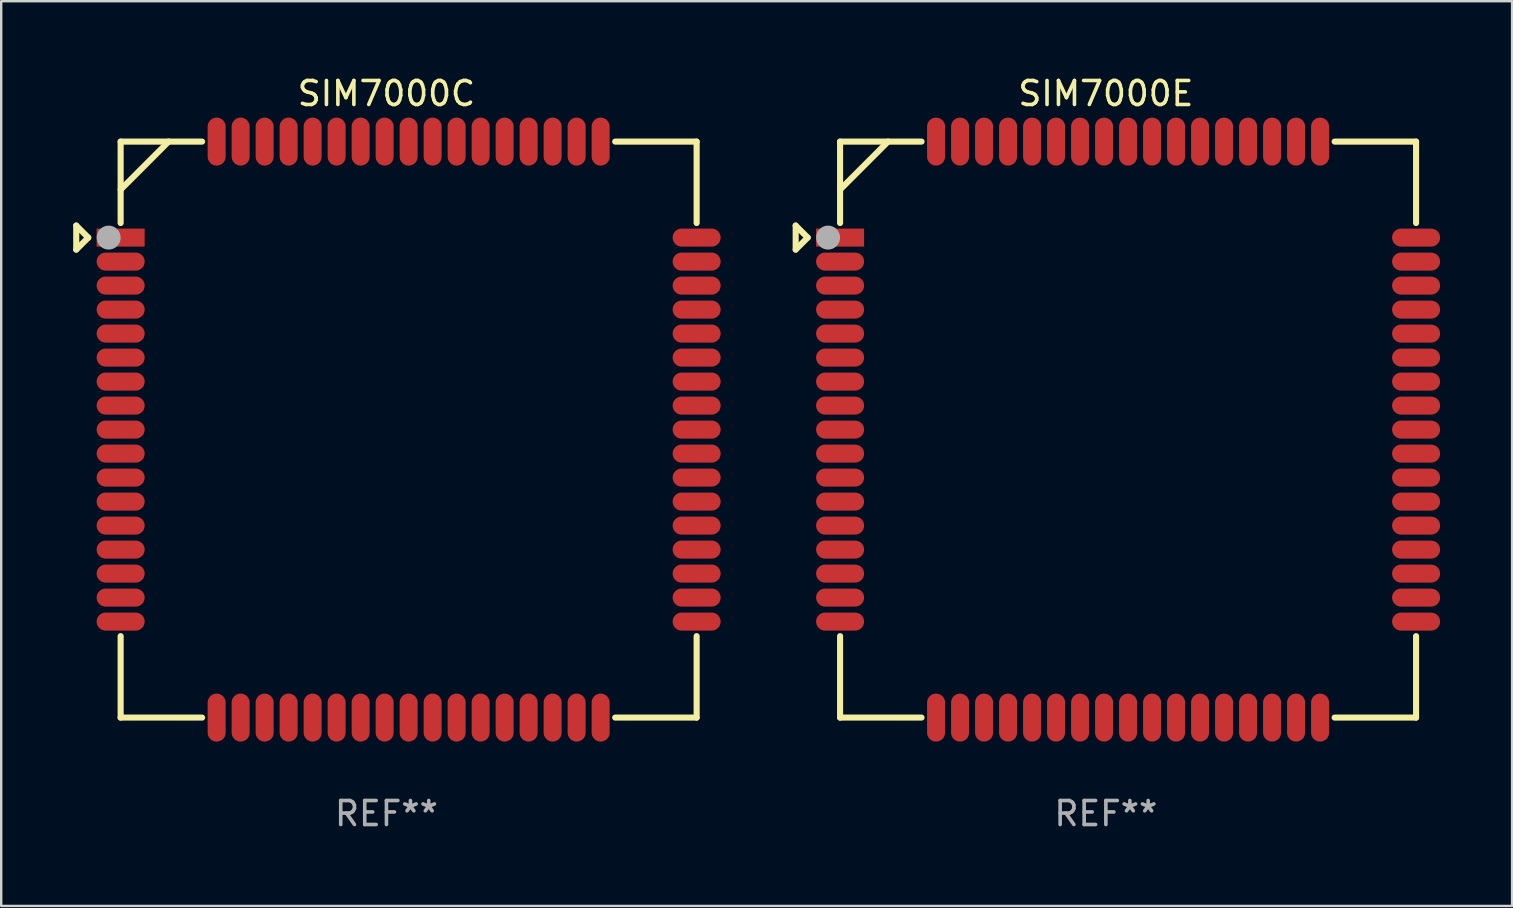
<source format=kicad_pcb>
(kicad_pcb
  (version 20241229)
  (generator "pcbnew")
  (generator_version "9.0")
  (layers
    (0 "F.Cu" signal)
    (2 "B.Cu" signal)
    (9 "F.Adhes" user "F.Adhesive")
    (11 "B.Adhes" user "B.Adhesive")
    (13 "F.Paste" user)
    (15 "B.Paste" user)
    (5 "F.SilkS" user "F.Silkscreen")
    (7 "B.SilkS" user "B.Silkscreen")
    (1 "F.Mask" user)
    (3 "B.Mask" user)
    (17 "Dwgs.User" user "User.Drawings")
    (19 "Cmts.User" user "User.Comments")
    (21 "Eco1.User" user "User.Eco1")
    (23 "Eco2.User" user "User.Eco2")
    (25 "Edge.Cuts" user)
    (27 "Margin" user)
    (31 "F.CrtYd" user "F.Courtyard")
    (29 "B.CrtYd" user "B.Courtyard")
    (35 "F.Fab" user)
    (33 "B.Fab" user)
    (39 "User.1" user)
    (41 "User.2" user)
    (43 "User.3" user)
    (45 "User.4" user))
  (footprint "SIM7000C"
    (layer "F.Cu")
    (at 13.052 14.849)
    (property "Reference" "SIM7000C" (at 0 -14.001 0) (layer "F.SilkS") (effects (font (size 1 1) (thickness 0.15))))
    (attr through_hole)
    (fp_line (start -12.925 -8.5) (end -12.925 -7.499) (stroke (width 0.254) (type solid)) (layer "F.SilkS"))
    (fp_line (start -12.925 -7.499) (end -12.425 -7.999) (stroke (width 0.254) (type solid)) (layer "F.SilkS"))
    (fp_line (start -12.425 -7.999) (end -12.925 -8.5) (stroke (width 0.254) (type solid)) (layer "F.SilkS"))
    (fp_line (start -11.075 -11.999) (end -7.681 -11.999) (stroke (width 0.254) (type solid)) (layer "F.SilkS"))
    (fp_line (start -11.075 -8.606) (end -11.075 -11.999) (stroke (width 0.254) (type solid)) (layer "F.SilkS"))
    (fp_line (start -11.075 12.001) (end -11.075 8.607) (stroke (width 0.254) (type solid)) (layer "F.SilkS"))
    (fp_line (start -9.075 -12.001) (end -11.074 -9.999) (stroke (width 0.254) (type solid)) (layer "F.SilkS"))
    (fp_line (start -7.681 12.001) (end -11.075 12.001) (stroke (width 0.254) (type solid)) (layer "F.SilkS"))
    (fp_line (start 9.531 -11.999) (end 12.925 -11.999) (stroke (width 0.254) (type solid)) (layer "F.SilkS"))
    (fp_line (start 12.925 -11.999) (end 12.925 -8.606) (stroke (width 0.254) (type solid)) (layer "F.SilkS"))
    (fp_line (start 12.925 8.607) (end 12.925 12.001) (stroke (width 0.254) (type solid)) (layer "F.SilkS"))
    (fp_line (start 12.925 12.001) (end 9.531 12.001) (stroke (width 0.254) (type solid)) (layer "F.SilkS"))
    (fp_circle (center -11.08 -12.003) (end -11.05 -12.003) (stroke (width 0.06) (type solid)) (fill no) (layer "F.SilkS"))
    (fp_circle (center -11.575 -7.999) (end -11.325 -7.999) (stroke (width 0.5) (type solid)) (fill no) (layer "F.Fab"))
    (fp_text user "REF**" (at 0 16.001 0) (layer "F.Fab") (effects (font (size 1 1) (thickness 0.15))))
    (pad "1" smd rect (at -11.075 -7.999) (size 2 0.75) (layers "F.Cu" "F.Mask" "F.Paste"))
    (pad "2" smd oval (at -11.075 -6.999) (size 2 0.75) (layers "F.Cu" "F.Mask" "F.Paste"))
    (pad "3" smd oval (at -11.075 -5.999) (size 2 0.75) (layers "F.Cu" "F.Mask" "F.Paste"))
    (pad "4" smd oval (at -11.075 -4.999) (size 2 0.75) (layers "F.Cu" "F.Mask" "F.Paste"))
    (pad "5" smd oval (at -11.075 -3.999) (size 2 0.75) (layers "F.Cu" "F.Mask" "F.Paste"))
    (pad "6" smd oval (at -11.075 -2.999) (size 2 0.75) (layers "F.Cu" "F.Mask" "F.Paste"))
    (pad "7" smd oval (at -11.075 -1.999) (size 2 0.75) (layers "F.Cu" "F.Mask" "F.Paste"))
    (pad "8" smd oval (at -11.075 -0.999) (size 2 0.75) (layers "F.Cu" "F.Mask" "F.Paste"))
    (pad "9" smd oval (at -11.075 0.001) (size 2 0.75) (layers "F.Cu" "F.Mask" "F.Paste"))
    (pad "10" smd oval (at -11.075 1.001) (size 2 0.75) (layers "F.Cu" "F.Mask" "F.Paste"))
    (pad "11" smd oval (at -11.075 2.001) (size 2 0.75) (layers "F.Cu" "F.Mask" "F.Paste"))
    (pad "12" smd oval (at -11.075 3.001) (size 2 0.75) (layers "F.Cu" "F.Mask" "F.Paste"))
    (pad "13" smd oval (at -11.075 4.001) (size 2 0.75) (layers "F.Cu" "F.Mask" "F.Paste"))
    (pad "14" smd oval (at -11.075 5.001) (size 2 0.75) (layers "F.Cu" "F.Mask" "F.Paste"))
    (pad "15" smd oval (at -11.075 6.001) (size 2 0.75) (layers "F.Cu" "F.Mask" "F.Paste"))
    (pad "16" smd oval (at -11.075 7.001) (size 2 0.75) (layers "F.Cu" "F.Mask" "F.Paste"))
    (pad "17" smd oval (at -11.075 8.001) (size 2 0.75) (layers "F.Cu" "F.Mask" "F.Paste"))
    (pad "18" smd oval (at -7.075 12.001 90) (size 2 0.75) (layers "F.Cu" "F.Mask" "F.Paste"))
    (pad "19" smd oval (at -6.075 12.001 90) (size 2 0.75) (layers "F.Cu" "F.Mask" "F.Paste"))
    (pad "20" smd oval (at -5.075 12.001 90) (size 2 0.75) (layers "F.Cu" "F.Mask" "F.Paste"))
    (pad "21" smd oval (at -4.075 12.001 90) (size 2 0.75) (layers "F.Cu" "F.Mask" "F.Paste"))
    (pad "22" smd oval (at -3.075 12.001 90) (size 2 0.75) (layers "F.Cu" "F.Mask" "F.Paste"))
    (pad "23" smd oval (at -2.075 12.001 90) (size 2 0.75) (layers "F.Cu" "F.Mask" "F.Paste"))
    (pad "24" smd oval (at -1.075 12.001 90) (size 2 0.75) (layers "F.Cu" "F.Mask" "F.Paste"))
    (pad "25" smd oval (at -0.075 12.001 90) (size 2 0.75) (layers "F.Cu" "F.Mask" "F.Paste"))
    (pad "26" smd oval (at 0.925 12.001 90) (size 2 0.75) (layers "F.Cu" "F.Mask" "F.Paste"))
    (pad "27" smd oval (at 1.925 12.001 90) (size 2 0.75) (layers "F.Cu" "F.Mask" "F.Paste"))
    (pad "28" smd oval (at 2.925 12.001 90) (size 2 0.75) (layers "F.Cu" "F.Mask" "F.Paste"))
    (pad "29" smd oval (at 3.925 12.001 90) (size 2 0.75) (layers "F.Cu" "F.Mask" "F.Paste"))
    (pad "30" smd oval (at 4.925 12.001 90) (size 2 0.75) (layers "F.Cu" "F.Mask" "F.Paste"))
    (pad "31" smd oval (at 5.925 12.001 90) (size 2 0.75) (layers "F.Cu" "F.Mask" "F.Paste"))
    (pad "32" smd oval (at 6.925 12.001 90) (size 2 0.75) (layers "F.Cu" "F.Mask" "F.Paste"))
    (pad "33" smd oval (at 7.925 12.001 90) (size 2 0.75) (layers "F.Cu" "F.Mask" "F.Paste"))
    (pad "34" smd oval (at 8.925 12.001 90) (size 2 0.75) (layers "F.Cu" "F.Mask" "F.Paste"))
    (pad "35" smd oval (at 12.925 8.001 180) (size 2 0.75) (layers "F.Cu" "F.Mask" "F.Paste"))
    (pad "36" smd oval (at 12.925 7.001 180) (size 2 0.75) (layers "F.Cu" "F.Mask" "F.Paste"))
    (pad "37" smd oval (at 12.925 6.001 180) (size 2 0.75) (layers "F.Cu" "F.Mask" "F.Paste"))
    (pad "38" smd oval (at 12.925 5.001 180) (size 2 0.75) (layers "F.Cu" "F.Mask" "F.Paste"))
    (pad "39" smd oval (at 12.925 4.001 180) (size 2 0.75) (layers "F.Cu" "F.Mask" "F.Paste"))
    (pad "40" smd oval (at 12.925 3.001 180) (size 2 0.75) (layers "F.Cu" "F.Mask" "F.Paste"))
    (pad "41" smd oval (at 12.925 2.001 180) (size 2 0.75) (layers "F.Cu" "F.Mask" "F.Paste"))
    (pad "42" smd oval (at 12.925 1.001 180) (size 2 0.75) (layers "F.Cu" "F.Mask" "F.Paste"))
    (pad "43" smd oval (at 12.925 0.001 180) (size 2 0.75) (layers "F.Cu" "F.Mask" "F.Paste"))
    (pad "44" smd oval (at 12.925 -0.999 180) (size 2 0.75) (layers "F.Cu" "F.Mask" "F.Paste"))
    (pad "45" smd oval (at 12.925 -1.999 180) (size 2 0.75) (layers "F.Cu" "F.Mask" "F.Paste"))
    (pad "46" smd oval (at 12.925 -2.999 180) (size 2 0.75) (layers "F.Cu" "F.Mask" "F.Paste"))
    (pad "47" smd oval (at 12.925 -3.999 180) (size 2 0.75) (layers "F.Cu" "F.Mask" "F.Paste"))
    (pad "48" smd oval (at 12.925 -4.999 180) (size 2 0.75) (layers "F.Cu" "F.Mask" "F.Paste"))
    (pad "49" smd oval (at 12.925 -5.999 180) (size 2 0.75) (layers "F.Cu" "F.Mask" "F.Paste"))
    (pad "50" smd oval (at 12.925 -6.999 180) (size 2 0.75) (layers "F.Cu" "F.Mask" "F.Paste"))
    (pad "51" smd oval (at 12.925 -7.999 180) (size 2 0.75) (layers "F.Cu" "F.Mask" "F.Paste"))
    (pad "52" smd oval (at 8.925 -11.999 270) (size 2 0.75) (layers "F.Cu" "F.Mask" "F.Paste"))
    (pad "53" smd oval (at 7.925 -11.999 270) (size 2 0.75) (layers "F.Cu" "F.Mask" "F.Paste"))
    (pad "54" smd oval (at 6.925 -11.999 270) (size 2 0.75) (layers "F.Cu" "F.Mask" "F.Paste"))
    (pad "55" smd oval (at 5.925 -11.999 270) (size 2 0.75) (layers "F.Cu" "F.Mask" "F.Paste"))
    (pad "56" smd oval (at 4.925 -11.999 270) (size 2 0.75) (layers "F.Cu" "F.Mask" "F.Paste"))
    (pad "57" smd oval (at 3.925 -11.999 270) (size 2 0.75) (layers "F.Cu" "F.Mask" "F.Paste"))
    (pad "58" smd oval (at 2.925 -11.999 270) (size 2 0.75) (layers "F.Cu" "F.Mask" "F.Paste"))
    (pad "59" smd oval (at 1.925 -11.999 270) (size 2 0.75) (layers "F.Cu" "F.Mask" "F.Paste"))
    (pad "60" smd oval (at 0.925 -11.999 270) (size 2 0.75) (layers "F.Cu" "F.Mask" "F.Paste"))
    (pad "61" smd oval (at -0.075 -11.999 270) (size 2 0.75) (layers "F.Cu" "F.Mask" "F.Paste"))
    (pad "62" smd oval (at -1.075 -11.999 270) (size 2 0.75) (layers "F.Cu" "F.Mask" "F.Paste"))
    (pad "63" smd oval (at -2.075 -11.999 270) (size 2 0.75) (layers "F.Cu" "F.Mask" "F.Paste"))
    (pad "64" smd oval (at -3.075 -11.999 270) (size 2 0.75) (layers "F.Cu" "F.Mask" "F.Paste"))
    (pad "65" smd oval (at -4.075 -11.999 270) (size 2 0.75) (layers "F.Cu" "F.Mask" "F.Paste"))
    (pad "66" smd oval (at -5.075 -11.999 270) (size 2 0.75) (layers "F.Cu" "F.Mask" "F.Paste"))
    (pad "67" smd oval (at -6.075 -11.999 270) (size 2 0.75) (layers "F.Cu" "F.Mask" "F.Paste"))
    (pad "68" smd oval (at -7.075 -11.999 270) (size 2 0.75) (layers "F.Cu" "F.Mask" "F.Paste")))
  (footprint "SIM7000E"
    (layer "F.Cu")
    (at 43.029 14.849)
    (property "Reference" "SIM7000E" (at 0 -14.001 0) (layer "F.SilkS") (effects (font (size 1 1) (thickness 0.15))))
    (attr through_hole)
    (fp_line (start -12.925 -8.5) (end -12.925 -7.499) (stroke (width 0.254) (type solid)) (layer "F.SilkS"))
    (fp_line (start -12.925 -7.499) (end -12.425 -7.999) (stroke (width 0.254) (type solid)) (layer "F.SilkS"))
    (fp_line (start -12.425 -7.999) (end -12.925 -8.5) (stroke (width 0.254) (type solid)) (layer "F.SilkS"))
    (fp_line (start -11.075 -11.999) (end -7.681 -11.999) (stroke (width 0.254) (type solid)) (layer "F.SilkS"))
    (fp_line (start -11.075 -8.606) (end -11.075 -11.999) (stroke (width 0.254) (type solid)) (layer "F.SilkS"))
    (fp_line (start -11.075 12.001) (end -11.075 8.607) (stroke (width 0.254) (type solid)) (layer "F.SilkS"))
    (fp_line (start -9.075 -12.001) (end -11.074 -9.999) (stroke (width 0.254) (type solid)) (layer "F.SilkS"))
    (fp_line (start -7.681 12.001) (end -11.075 12.001) (stroke (width 0.254) (type solid)) (layer "F.SilkS"))
    (fp_line (start 9.531 -11.999) (end 12.925 -11.999) (stroke (width 0.254) (type solid)) (layer "F.SilkS"))
    (fp_line (start 12.925 -11.999) (end 12.925 -8.606) (stroke (width 0.254) (type solid)) (layer "F.SilkS"))
    (fp_line (start 12.925 8.607) (end 12.925 12.001) (stroke (width 0.254) (type solid)) (layer "F.SilkS"))
    (fp_line (start 12.925 12.001) (end 9.531 12.001) (stroke (width 0.254) (type solid)) (layer "F.SilkS"))
    (fp_circle (center -11.08 -12.003) (end -11.05 -12.003) (stroke (width 0.06) (type solid)) (fill no) (layer "F.SilkS"))
    (fp_circle (center -11.575 -7.999) (end -11.325 -7.999) (stroke (width 0.5) (type solid)) (fill no) (layer "F.Fab"))
    (fp_text user "REF**" (at 0 16.001 0) (layer "F.Fab") (effects (font (size 1 1) (thickness 0.15))))
    (pad "1" smd rect (at -11.075 -7.999) (size 2 0.75) (layers "F.Cu" "F.Mask" "F.Paste"))
    (pad "2" smd oval (at -11.075 -6.999) (size 2 0.75) (layers "F.Cu" "F.Mask" "F.Paste"))
    (pad "3" smd oval (at -11.075 -5.999) (size 2 0.75) (layers "F.Cu" "F.Mask" "F.Paste"))
    (pad "4" smd oval (at -11.075 -4.999) (size 2 0.75) (layers "F.Cu" "F.Mask" "F.Paste"))
    (pad "5" smd oval (at -11.075 -3.999) (size 2 0.75) (layers "F.Cu" "F.Mask" "F.Paste"))
    (pad "6" smd oval (at -11.075 -2.999) (size 2 0.75) (layers "F.Cu" "F.Mask" "F.Paste"))
    (pad "7" smd oval (at -11.075 -1.999) (size 2 0.75) (layers "F.Cu" "F.Mask" "F.Paste"))
    (pad "8" smd oval (at -11.075 -0.999) (size 2 0.75) (layers "F.Cu" "F.Mask" "F.Paste"))
    (pad "9" smd oval (at -11.075 0.001) (size 2 0.75) (layers "F.Cu" "F.Mask" "F.Paste"))
    (pad "10" smd oval (at -11.075 1.001) (size 2 0.75) (layers "F.Cu" "F.Mask" "F.Paste"))
    (pad "11" smd oval (at -11.075 2.001) (size 2 0.75) (layers "F.Cu" "F.Mask" "F.Paste"))
    (pad "12" smd oval (at -11.075 3.001) (size 2 0.75) (layers "F.Cu" "F.Mask" "F.Paste"))
    (pad "13" smd oval (at -11.075 4.001) (size 2 0.75) (layers "F.Cu" "F.Mask" "F.Paste"))
    (pad "14" smd oval (at -11.075 5.001) (size 2 0.75) (layers "F.Cu" "F.Mask" "F.Paste"))
    (pad "15" smd oval (at -11.075 6.001) (size 2 0.75) (layers "F.Cu" "F.Mask" "F.Paste"))
    (pad "16" smd oval (at -11.075 7.001) (size 2 0.75) (layers "F.Cu" "F.Mask" "F.Paste"))
    (pad "17" smd oval (at -11.075 8.001) (size 2 0.75) (layers "F.Cu" "F.Mask" "F.Paste"))
    (pad "18" smd oval (at -7.075 12.001 90) (size 2 0.75) (layers "F.Cu" "F.Mask" "F.Paste"))
    (pad "19" smd oval (at -6.075 12.001 90) (size 2 0.75) (layers "F.Cu" "F.Mask" "F.Paste"))
    (pad "20" smd oval (at -5.075 12.001 90) (size 2 0.75) (layers "F.Cu" "F.Mask" "F.Paste"))
    (pad "21" smd oval (at -4.075 12.001 90) (size 2 0.75) (layers "F.Cu" "F.Mask" "F.Paste"))
    (pad "22" smd oval (at -3.075 12.001 90) (size 2 0.75) (layers "F.Cu" "F.Mask" "F.Paste"))
    (pad "23" smd oval (at -2.075 12.001 90) (size 2 0.75) (layers "F.Cu" "F.Mask" "F.Paste"))
    (pad "24" smd oval (at -1.075 12.001 90) (size 2 0.75) (layers "F.Cu" "F.Mask" "F.Paste"))
    (pad "25" smd oval (at -0.075 12.001 90) (size 2 0.75) (layers "F.Cu" "F.Mask" "F.Paste"))
    (pad "26" smd oval (at 0.925 12.001 90) (size 2 0.75) (layers "F.Cu" "F.Mask" "F.Paste"))
    (pad "27" smd oval (at 1.925 12.001 90) (size 2 0.75) (layers "F.Cu" "F.Mask" "F.Paste"))
    (pad "28" smd oval (at 2.925 12.001 90) (size 2 0.75) (layers "F.Cu" "F.Mask" "F.Paste"))
    (pad "29" smd oval (at 3.925 12.001 90) (size 2 0.75) (layers "F.Cu" "F.Mask" "F.Paste"))
    (pad "30" smd oval (at 4.925 12.001 90) (size 2 0.75) (layers "F.Cu" "F.Mask" "F.Paste"))
    (pad "31" smd oval (at 5.925 12.001 90) (size 2 0.75) (layers "F.Cu" "F.Mask" "F.Paste"))
    (pad "32" smd oval (at 6.925 12.001 90) (size 2 0.75) (layers "F.Cu" "F.Mask" "F.Paste"))
    (pad "33" smd oval (at 7.925 12.001 90) (size 2 0.75) (layers "F.Cu" "F.Mask" "F.Paste"))
    (pad "34" smd oval (at 8.925 12.001 90) (size 2 0.75) (layers "F.Cu" "F.Mask" "F.Paste"))
    (pad "35" smd oval (at 12.925 8.001 180) (size 2 0.75) (layers "F.Cu" "F.Mask" "F.Paste"))
    (pad "36" smd oval (at 12.925 7.001 180) (size 2 0.75) (layers "F.Cu" "F.Mask" "F.Paste"))
    (pad "37" smd oval (at 12.925 6.001 180) (size 2 0.75) (layers "F.Cu" "F.Mask" "F.Paste"))
    (pad "38" smd oval (at 12.925 5.001 180) (size 2 0.75) (layers "F.Cu" "F.Mask" "F.Paste"))
    (pad "39" smd oval (at 12.925 4.001 180) (size 2 0.75) (layers "F.Cu" "F.Mask" "F.Paste"))
    (pad "40" smd oval (at 12.925 3.001 180) (size 2 0.75) (layers "F.Cu" "F.Mask" "F.Paste"))
    (pad "41" smd oval (at 12.925 2.001 180) (size 2 0.75) (layers "F.Cu" "F.Mask" "F.Paste"))
    (pad "42" smd oval (at 12.925 1.001 180) (size 2 0.75) (layers "F.Cu" "F.Mask" "F.Paste"))
    (pad "43" smd oval (at 12.925 0.001 180) (size 2 0.75) (layers "F.Cu" "F.Mask" "F.Paste"))
    (pad "44" smd oval (at 12.925 -0.999 180) (size 2 0.75) (layers "F.Cu" "F.Mask" "F.Paste"))
    (pad "45" smd oval (at 12.925 -1.999 180) (size 2 0.75) (layers "F.Cu" "F.Mask" "F.Paste"))
    (pad "46" smd oval (at 12.925 -2.999 180) (size 2 0.75) (layers "F.Cu" "F.Mask" "F.Paste"))
    (pad "47" smd oval (at 12.925 -3.999 180) (size 2 0.75) (layers "F.Cu" "F.Mask" "F.Paste"))
    (pad "48" smd oval (at 12.925 -4.999 180) (size 2 0.75) (layers "F.Cu" "F.Mask" "F.Paste"))
    (pad "49" smd oval (at 12.925 -5.999 180) (size 2 0.75) (layers "F.Cu" "F.Mask" "F.Paste"))
    (pad "50" smd oval (at 12.925 -6.999 180) (size 2 0.75) (layers "F.Cu" "F.Mask" "F.Paste"))
    (pad "51" smd oval (at 12.925 -7.999 180) (size 2 0.75) (layers "F.Cu" "F.Mask" "F.Paste"))
    (pad "52" smd oval (at 8.925 -11.999 270) (size 2 0.75) (layers "F.Cu" "F.Mask" "F.Paste"))
    (pad "53" smd oval (at 7.925 -11.999 270) (size 2 0.75) (layers "F.Cu" "F.Mask" "F.Paste"))
    (pad "54" smd oval (at 6.925 -11.999 270) (size 2 0.75) (layers "F.Cu" "F.Mask" "F.Paste"))
    (pad "55" smd oval (at 5.925 -11.999 270) (size 2 0.75) (layers "F.Cu" "F.Mask" "F.Paste"))
    (pad "56" smd oval (at 4.925 -11.999 270) (size 2 0.75) (layers "F.Cu" "F.Mask" "F.Paste"))
    (pad "57" smd oval (at 3.925 -11.999 270) (size 2 0.75) (layers "F.Cu" "F.Mask" "F.Paste"))
    (pad "58" smd oval (at 2.925 -11.999 270) (size 2 0.75) (layers "F.Cu" "F.Mask" "F.Paste"))
    (pad "59" smd oval (at 1.925 -11.999 270) (size 2 0.75) (layers "F.Cu" "F.Mask" "F.Paste"))
    (pad "60" smd oval (at 0.925 -11.999 270) (size 2 0.75) (layers "F.Cu" "F.Mask" "F.Paste"))
    (pad "61" smd oval (at -0.075 -11.999 270) (size 2 0.75) (layers "F.Cu" "F.Mask" "F.Paste"))
    (pad "62" smd oval (at -1.075 -11.999 270) (size 2 0.75) (layers "F.Cu" "F.Mask" "F.Paste"))
    (pad "63" smd oval (at -2.075 -11.999 270) (size 2 0.75) (layers "F.Cu" "F.Mask" "F.Paste"))
    (pad "64" smd oval (at -3.075 -11.999 270) (size 2 0.75) (layers "F.Cu" "F.Mask" "F.Paste"))
    (pad "65" smd oval (at -4.075 -11.999 270) (size 2 0.75) (layers "F.Cu" "F.Mask" "F.Paste"))
    (pad "66" smd oval (at -5.075 -11.999 270) (size 2 0.75) (layers "F.Cu" "F.Mask" "F.Paste"))
    (pad "67" smd oval (at -6.075 -11.999 270) (size 2 0.75) (layers "F.Cu" "F.Mask" "F.Paste"))
    (pad "68" smd oval (at -7.075 -11.999 270) (size 2 0.75) (layers "F.Cu" "F.Mask" "F.Paste")))
  (gr_rect
    (start -3 -3)
    (end 59.954 34.698)
    (stroke (width 0.1) (type default))
    (fill no)
    (layer "Edge.Cuts")))
</source>
